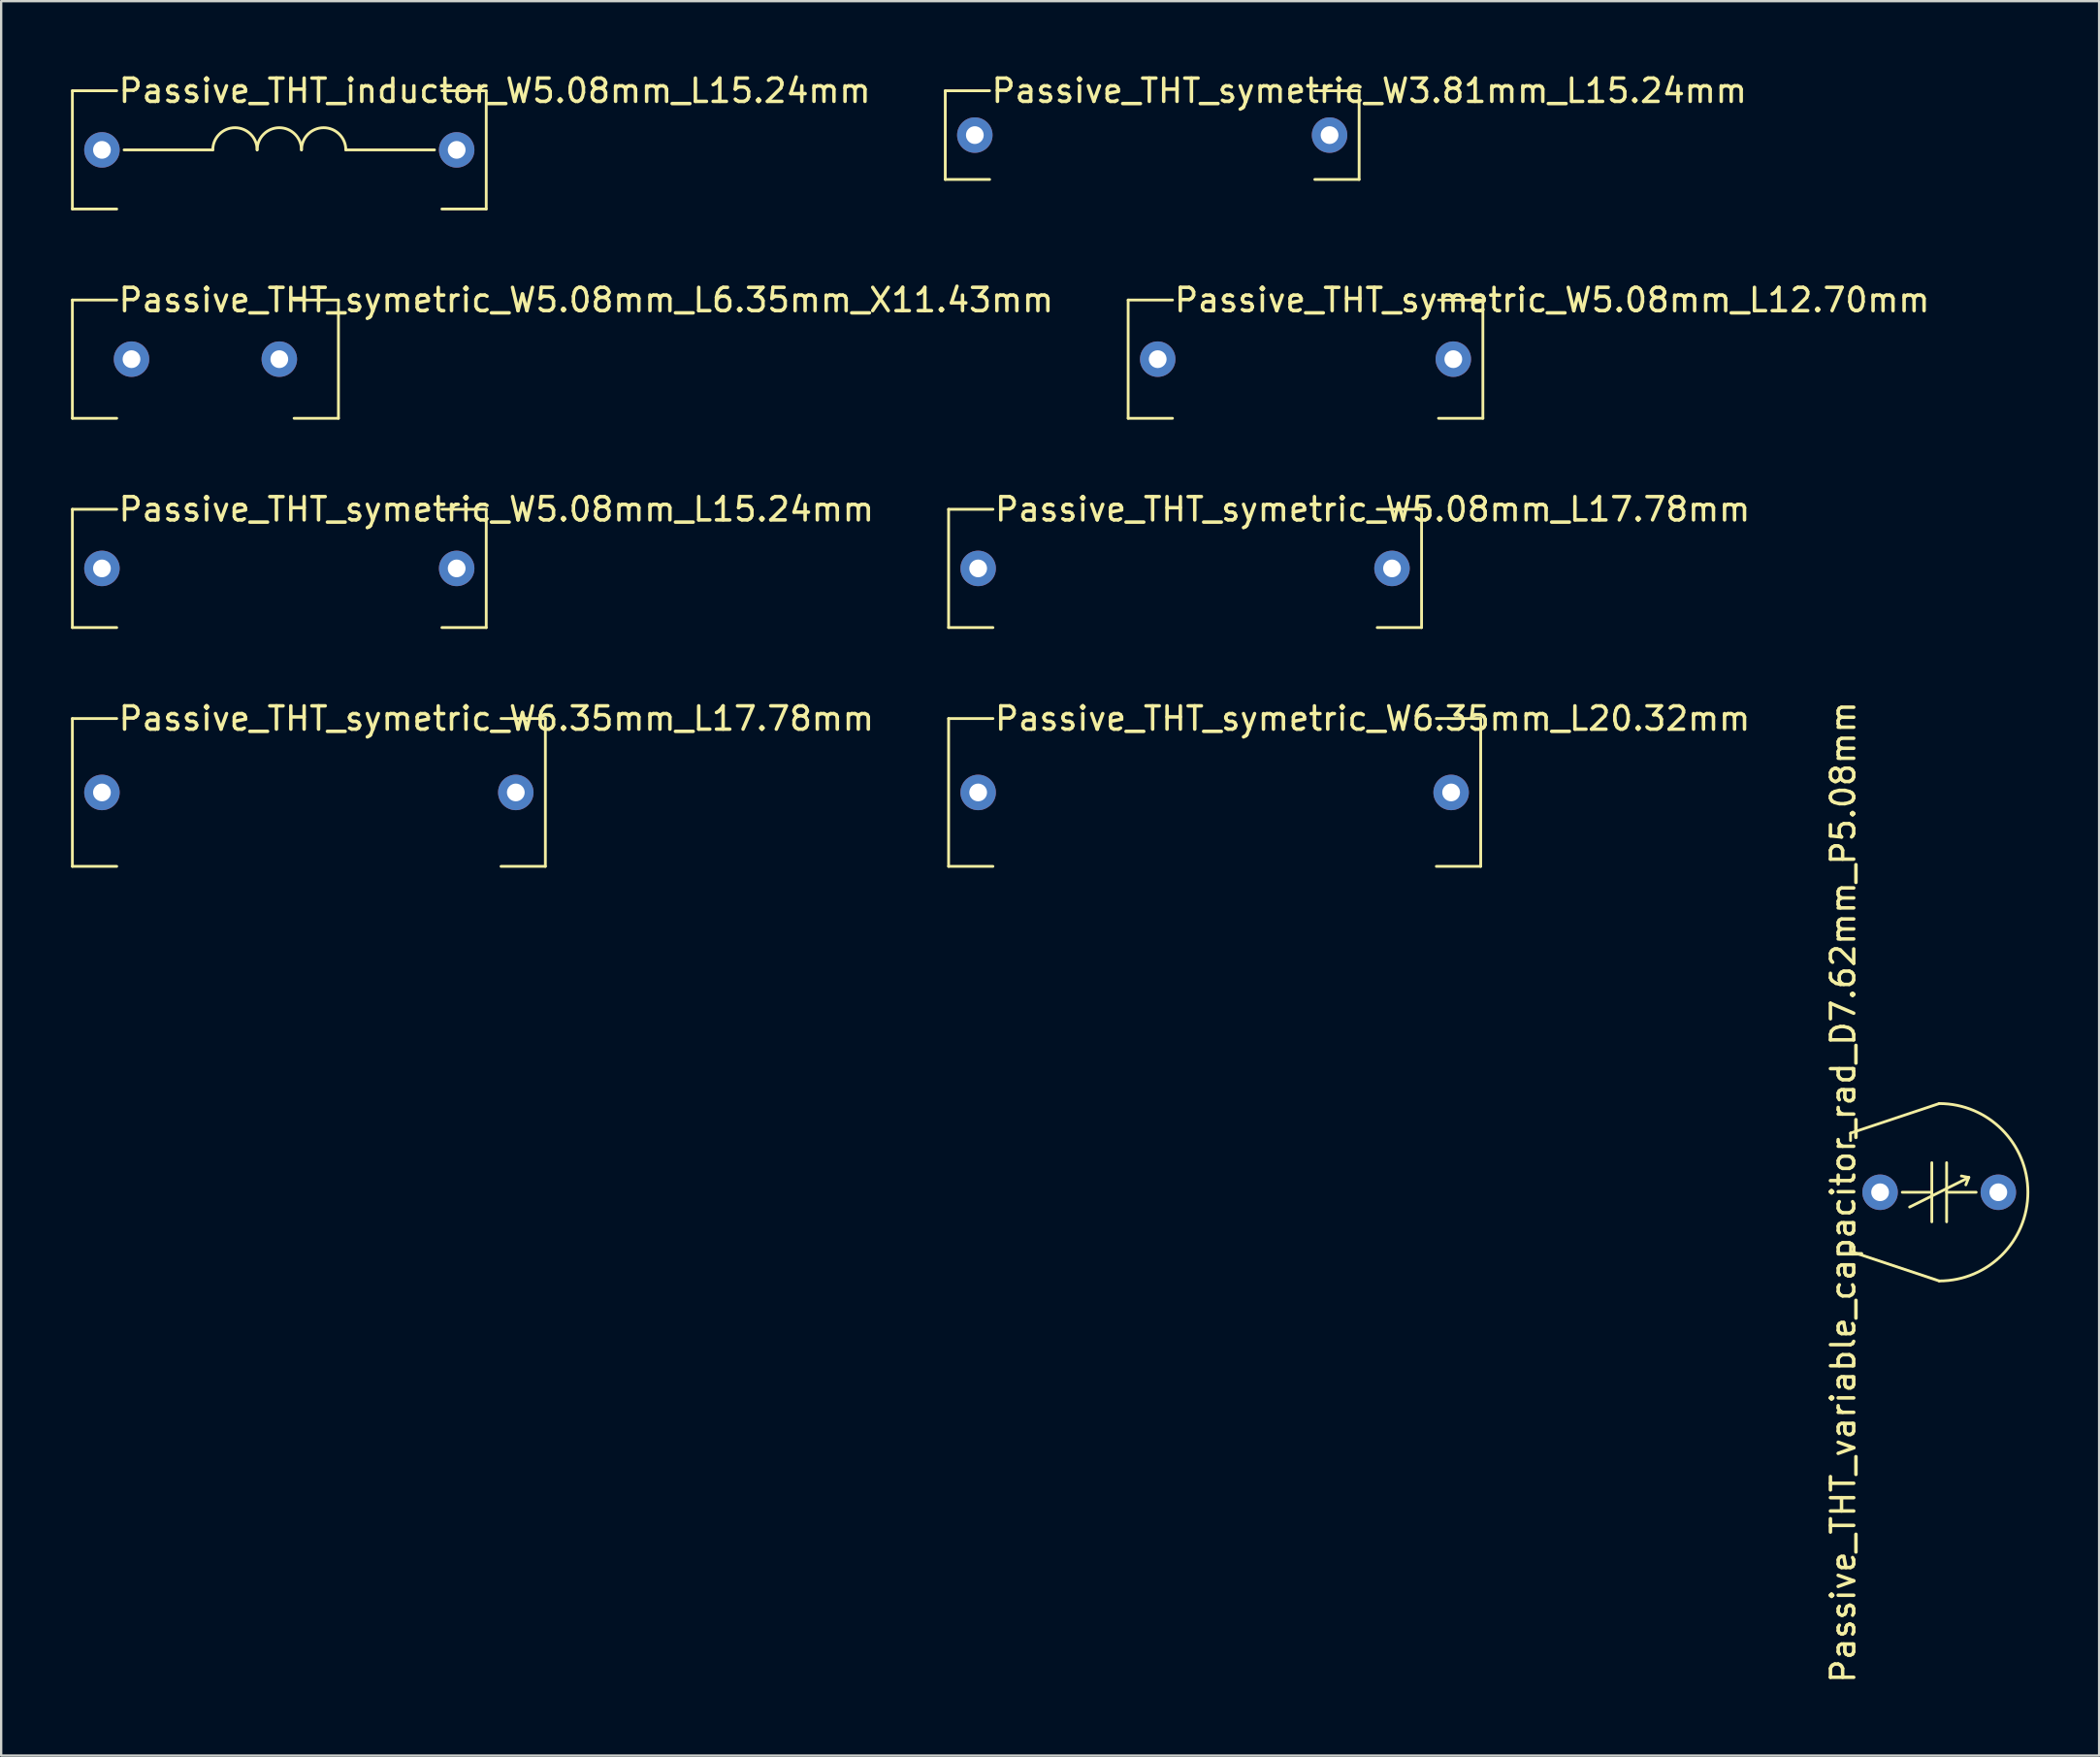
<source format=kicad_pcb>
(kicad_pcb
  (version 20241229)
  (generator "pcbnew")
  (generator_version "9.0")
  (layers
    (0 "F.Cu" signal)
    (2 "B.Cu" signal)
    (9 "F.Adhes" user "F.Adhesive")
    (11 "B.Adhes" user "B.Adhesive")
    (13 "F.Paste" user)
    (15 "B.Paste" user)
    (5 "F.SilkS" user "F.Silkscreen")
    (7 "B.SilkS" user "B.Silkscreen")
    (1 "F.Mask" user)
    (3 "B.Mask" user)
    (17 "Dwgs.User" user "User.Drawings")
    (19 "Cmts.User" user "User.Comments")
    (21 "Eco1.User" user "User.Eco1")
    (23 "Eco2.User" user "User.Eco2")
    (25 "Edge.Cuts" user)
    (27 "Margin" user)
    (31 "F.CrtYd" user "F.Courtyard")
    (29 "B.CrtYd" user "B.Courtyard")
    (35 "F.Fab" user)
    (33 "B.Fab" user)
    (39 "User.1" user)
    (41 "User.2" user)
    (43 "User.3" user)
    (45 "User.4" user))
  (footprint "Passive_THT_variable_capacitor_rad_D7.62mm_P5.08mm"
    (layer "F.Cu")
    (at 80.263 48.161)
    (property "Reference" "Passive_THT_variable_capacitor_rad_D7.62mm_P5.08mm" (at -4.128 0 90) (layer "F.SilkS") (effects (font (size 1 1) (thickness 0.15))))
    (attr through_hole)
    (fp_line (start -3.81 -2.54) (end -3.81 -2.223) (stroke (width 0.12) (type solid)) (layer "F.SilkS"))
    (fp_line (start -3.81 -2.54) (end 0 -3.81) (stroke (width 0.12) (type solid)) (layer "F.SilkS"))
    (fp_line (start -3.81 2.54) (end -3.81 2.223) (stroke (width 0.12) (type solid)) (layer "F.SilkS"))
    (fp_line (start -1.27 0.635) (end 1.27 -0.635) (stroke (width 0.12) (type solid)) (layer "F.SilkS"))
    (fp_line (start -0.318 -1.27) (end -0.318 1.27) (stroke (width 0.12) (type solid)) (layer "F.SilkS"))
    (fp_line (start -0.318 0) (end -1.587 0) (stroke (width 0.12) (type solid)) (layer "F.SilkS"))
    (fp_line (start 0 3.81) (end -3.81 2.54) (stroke (width 0.12) (type solid)) (layer "F.SilkS"))
    (fp_line (start 0.318 0) (end 1.587 0) (stroke (width 0.12) (type solid)) (layer "F.SilkS"))
    (fp_line (start 0.318 1.27) (end 0.318 -1.27) (stroke (width 0.12) (type solid)) (layer "F.SilkS"))
    (fp_line (start 1.27 -0.635) (end 0.953 -0.699) (stroke (width 0.12) (type solid)) (layer "F.SilkS"))
    (fp_line (start 1.27 -0.635) (end 1.143 -0.318) (stroke (width 0.12) (type solid)) (layer "F.SilkS"))
    (fp_arc (start 0 -3.81) (mid 3.81 0) (end 0 3.81) (stroke (width 0.12) (type solid)) (layer "F.SilkS"))
    (pad "1" thru_hole circle (at -2.54 0) (size 1.524 1.524) (drill 0.762) (layers "*.Cu" "*.Mask"))
    (pad "2" thru_hole circle (at 2.54 0) (size 1.524 1.524) (drill 0.762) (layers "*.Cu" "*.Mask")))
  (footprint "Passive_THT_symetric_W3.81mm_L15.24mm"
    (layer "F.Cu")
    (at 46.451 2.753)
    (property "Reference" "Passive_THT_symetric_W3.81mm_L15.24mm" (at -6.985 -1.905 0) (layer "F.SilkS") (effects (font (size 1 1) (thickness 0.15)) (justify left)))
    (attr through_hole)
    (fp_line (start -8.89 -1.905) (end -6.985 -1.905) (stroke (width 0.12) (type solid)) (layer "F.SilkS"))
    (fp_line (start -8.89 1.905) (end -8.89 -1.905) (stroke (width 0.12) (type solid)) (layer "F.SilkS"))
    (fp_line (start -6.985 1.905) (end -8.89 1.905) (stroke (width 0.12) (type solid)) (layer "F.SilkS"))
    (fp_line (start 6.985 -1.905) (end 8.89 -1.905) (stroke (width 0.12) (type solid)) (layer "F.SilkS"))
    (fp_line (start 8.89 -1.905) (end 8.89 1.905) (stroke (width 0.12) (type solid)) (layer "F.SilkS"))
    (fp_line (start 8.89 1.905) (end 6.985 1.905) (stroke (width 0.12) (type solid)) (layer "F.SilkS"))
    (pad "1" thru_hole circle (at -7.62 0) (size 1.524 1.524) (drill 0.762) (layers "*.Cu" "*.Mask"))
    (pad "2" thru_hole circle (at 7.62 0) (size 1.524 1.524) (drill 0.762) (layers "*.Cu" "*.Mask")))
  (footprint "Passive_THT_symetric_W5.08mm_L6.35mm_X11.43mm"
    (layer "F.Cu")
    (at 5.775 12.377)
    (property "Reference" "Passive_THT_symetric_W5.08mm_L6.35mm_X11.43mm" (at -3.81 -2.54 0) (layer "F.SilkS") (effects (font (size 1 1) (thickness 0.15)) (justify left)))
    (attr through_hole)
    (fp_line (start -5.715 -2.54) (end -3.81 -2.54) (stroke (width 0.12) (type solid)) (layer "F.SilkS"))
    (fp_line (start -5.715 2.54) (end -5.715 -2.54) (stroke (width 0.12) (type solid)) (layer "F.SilkS"))
    (fp_line (start -3.81 2.54) (end -5.715 2.54) (stroke (width 0.12) (type solid)) (layer "F.SilkS"))
    (fp_line (start 3.81 -2.54) (end 5.715 -2.54) (stroke (width 0.12) (type solid)) (layer "F.SilkS"))
    (fp_line (start 5.715 -2.54) (end 5.715 2.54) (stroke (width 0.12) (type solid)) (layer "F.SilkS"))
    (fp_line (start 5.715 2.54) (end 3.81 2.54) (stroke (width 0.12) (type solid)) (layer "F.SilkS"))
    (pad "1" thru_hole circle (at -3.175 0) (size 1.524 1.524) (drill 0.762) (layers "*.Cu" "*.Mask"))
    (pad "2" thru_hole circle (at 3.175 0) (size 1.524 1.524) (drill 0.762) (layers "*.Cu" "*.Mask")))
  (footprint "Passive_THT_symetric_W5.08mm_L17.78mm"
    (layer "F.Cu")
    (at 47.864 21.365)
    (property "Reference" "Passive_THT_symetric_W5.08mm_L17.78mm" (at -8.255 -2.54 0) (layer "F.SilkS") (effects (font (size 1 1) (thickness 0.15)) (justify left)))
    (attr through_hole)
    (fp_line (start -10.16 -2.54) (end -8.255 -2.54) (stroke (width 0.12) (type solid)) (layer "F.SilkS"))
    (fp_line (start -10.16 2.54) (end -10.16 -2.54) (stroke (width 0.12) (type solid)) (layer "F.SilkS"))
    (fp_line (start -8.255 2.54) (end -10.16 2.54) (stroke (width 0.12) (type solid)) (layer "F.SilkS"))
    (fp_line (start 8.255 -2.54) (end 10.16 -2.54) (stroke (width 0.12) (type solid)) (layer "F.SilkS"))
    (fp_line (start 10.16 -2.54) (end 10.16 2.54) (stroke (width 0.12) (type solid)) (layer "F.SilkS"))
    (fp_line (start 10.16 2.54) (end 8.255 2.54) (stroke (width 0.12) (type solid)) (layer "F.SilkS"))
    (pad "1" thru_hole circle (at -8.89 0) (size 1.524 1.524) (drill 0.762) (layers "*.Cu" "*.Mask"))
    (pad "2" thru_hole circle (at 8.89 0) (size 1.524 1.524) (drill 0.762) (layers "*.Cu" "*.Mask")))
  (footprint "Passive_THT_symetric_W6.35mm_L20.32mm"
    (layer "F.Cu")
    (at 49.134 30.988)
    (property "Reference" "Passive_THT_symetric_W6.35mm_L20.32mm" (at -9.525 -3.175 0) (layer "F.SilkS") (effects (font (size 1 1) (thickness 0.15)) (justify left)))
    (attr through_hole)
    (fp_line (start -11.43 -3.175) (end -9.525 -3.175) (stroke (width 0.12) (type solid)) (layer "F.SilkS"))
    (fp_line (start -11.43 3.175) (end -11.43 -3.175) (stroke (width 0.12) (type solid)) (layer "F.SilkS"))
    (fp_line (start -9.525 3.175) (end -11.43 3.175) (stroke (width 0.12) (type solid)) (layer "F.SilkS"))
    (fp_line (start 9.525 -3.175) (end 11.43 -3.175) (stroke (width 0.12) (type solid)) (layer "F.SilkS"))
    (fp_line (start 11.43 -3.175) (end 11.43 3.175) (stroke (width 0.12) (type solid)) (layer "F.SilkS"))
    (fp_line (start 11.43 3.175) (end 9.525 3.175) (stroke (width 0.12) (type solid)) (layer "F.SilkS"))
    (pad "1" thru_hole circle (at -10.16 0) (size 1.524 1.524) (drill 0.762) (layers "*.Cu" "*.Mask"))
    (pad "2" thru_hole circle (at 10.16 0) (size 1.524 1.524) (drill 0.762) (layers "*.Cu" "*.Mask")))
  (footprint "Passive_THT_symetric_W5.08mm_L15.24mm"
    (layer "F.Cu")
    (at 8.95 21.365)
    (property "Reference" "Passive_THT_symetric_W5.08mm_L15.24mm" (at -6.985 -2.54 0) (layer "F.SilkS") (effects (font (size 1 1) (thickness 0.15)) (justify left)))
    (attr through_hole)
    (fp_line (start -8.89 -2.54) (end -6.985 -2.54) (stroke (width 0.12) (type solid)) (layer "F.SilkS"))
    (fp_line (start -8.89 2.54) (end -8.89 -2.54) (stroke (width 0.12) (type solid)) (layer "F.SilkS"))
    (fp_line (start -6.985 2.54) (end -8.89 2.54) (stroke (width 0.12) (type solid)) (layer "F.SilkS"))
    (fp_line (start 6.985 -2.54) (end 8.89 -2.54) (stroke (width 0.12) (type solid)) (layer "F.SilkS"))
    (fp_line (start 8.89 -2.54) (end 8.89 2.54) (stroke (width 0.12) (type solid)) (layer "F.SilkS"))
    (fp_line (start 8.89 2.54) (end 6.985 2.54) (stroke (width 0.12) (type solid)) (layer "F.SilkS"))
    (pad "1" thru_hole circle (at -7.62 0) (size 1.524 1.524) (drill 0.762) (layers "*.Cu" "*.Mask"))
    (pad "2" thru_hole circle (at 7.62 0) (size 1.524 1.524) (drill 0.762) (layers "*.Cu" "*.Mask")))
  (footprint "Passive_THT_symetric_W5.08mm_L12.70mm"
    (layer "F.Cu")
    (at 53.038 12.377)
    (property "Reference" "Passive_THT_symetric_W5.08mm_L12.70mm" (at -5.715 -2.54 0) (layer "F.SilkS") (effects (font (size 1 1) (thickness 0.15)) (justify left)))
    (attr through_hole)
    (fp_line (start -7.62 -2.54) (end -5.715 -2.54) (stroke (width 0.12) (type solid)) (layer "F.SilkS"))
    (fp_line (start -7.62 2.54) (end -7.62 -2.54) (stroke (width 0.12) (type solid)) (layer "F.SilkS"))
    (fp_line (start -5.715 2.54) (end -7.62 2.54) (stroke (width 0.12) (type solid)) (layer "F.SilkS"))
    (fp_line (start 5.715 -2.54) (end 7.62 -2.54) (stroke (width 0.12) (type solid)) (layer "F.SilkS"))
    (fp_line (start 7.62 -2.54) (end 7.62 2.54) (stroke (width 0.12) (type solid)) (layer "F.SilkS"))
    (fp_line (start 7.62 2.54) (end 5.715 2.54) (stroke (width 0.12) (type solid)) (layer "F.SilkS"))
    (pad "1" thru_hole circle (at -6.35 0) (size 1.524 1.524) (drill 0.762) (layers "*.Cu" "*.Mask"))
    (pad "2" thru_hole circle (at 6.35 0) (size 1.524 1.524) (drill 0.762) (layers "*.Cu" "*.Mask")))
  (footprint "Passive_THT_symetric_W6.35mm_L17.78mm"
    (layer "F.Cu")
    (at 10.22 30.988)
    (property "Reference" "Passive_THT_symetric_W6.35mm_L17.78mm" (at -8.255 -3.175 0) (layer "F.SilkS") (effects (font (size 1 1) (thickness 0.15)) (justify left)))
    (attr through_hole)
    (fp_line (start -10.16 -3.175) (end -8.255 -3.175) (stroke (width 0.12) (type solid)) (layer "F.SilkS"))
    (fp_line (start -10.16 3.175) (end -10.16 -3.175) (stroke (width 0.12) (type solid)) (layer "F.SilkS"))
    (fp_line (start -8.255 3.175) (end -10.16 3.175) (stroke (width 0.12) (type solid)) (layer "F.SilkS"))
    (fp_line (start 8.255 -3.175) (end 10.16 -3.175) (stroke (width 0.12) (type solid)) (layer "F.SilkS"))
    (fp_line (start 10.16 -3.175) (end 10.16 3.175) (stroke (width 0.12) (type solid)) (layer "F.SilkS"))
    (fp_line (start 10.16 3.175) (end 8.255 3.175) (stroke (width 0.12) (type solid)) (layer "F.SilkS"))
    (pad "1" thru_hole circle (at -8.89 0) (size 1.524 1.524) (drill 0.762) (layers "*.Cu" "*.Mask"))
    (pad "2" thru_hole circle (at 8.89 0) (size 1.524 1.524) (drill 0.762) (layers "*.Cu" "*.Mask")))
  (footprint "Passive_THT_inductor_W5.08mm_L15.24mm"
    (layer "F.Cu")
    (at 8.95 3.388)
    (property "Reference" "Passive_THT_inductor_W5.08mm_L15.24mm" (at -6.985 -2.54 0) (layer "F.SilkS") (effects (font (size 1 1) (thickness 0.15)) (justify left)))
    (attr through_hole)
    (fp_line (start -8.89 -2.54) (end -6.985 -2.54) (stroke (width 0.12) (type solid)) (layer "F.SilkS"))
    (fp_line (start -8.89 2.54) (end -8.89 -2.54) (stroke (width 0.12) (type solid)) (layer "F.SilkS"))
    (fp_line (start -6.985 2.54) (end -8.89 2.54) (stroke (width 0.12) (type solid)) (layer "F.SilkS"))
    (fp_line (start -6.668 0) (end -2.857 0) (stroke (width 0.12) (type solid)) (layer "F.SilkS"))
    (fp_line (start 2.857 0) (end 6.668 0) (stroke (width 0.12) (type solid)) (layer "F.SilkS"))
    (fp_line (start 6.985 -2.54) (end 8.89 -2.54) (stroke (width 0.12) (type solid)) (layer "F.SilkS"))
    (fp_line (start 8.89 -2.54) (end 8.89 2.54) (stroke (width 0.12) (type solid)) (layer "F.SilkS"))
    (fp_line (start 8.89 2.54) (end 6.985 2.54) (stroke (width 0.12) (type solid)) (layer "F.SilkS"))
    (fp_arc (start -2.8575 0) (mid -1.905 -0.9525) (end -0.9525 0) (stroke (width 0.12) (type solid)) (layer "F.SilkS"))
    (fp_arc (start -0.9525 0) (mid 0 -0.9525) (end 0.9525 0) (stroke (width 0.12) (type solid)) (layer "F.SilkS"))
    (fp_arc (start 0.9525 0) (mid 1.905 -0.9525) (end 2.8575 0) (stroke (width 0.12) (type solid)) (layer "F.SilkS"))
    (pad "1" thru_hole circle (at -7.62 0) (size 1.524 1.524) (drill 0.762) (layers "*.Cu" "*.Mask"))
    (pad "2" thru_hole circle (at 7.62 0) (size 1.524 1.524) (drill 0.762) (layers "*.Cu" "*.Mask")))
  (gr_rect
    (start -3 -3)
    (end 87.133 72.358)
    (stroke (width 0.1) (type default))
    (fill no)
    (layer "Edge.Cuts")))
</source>
